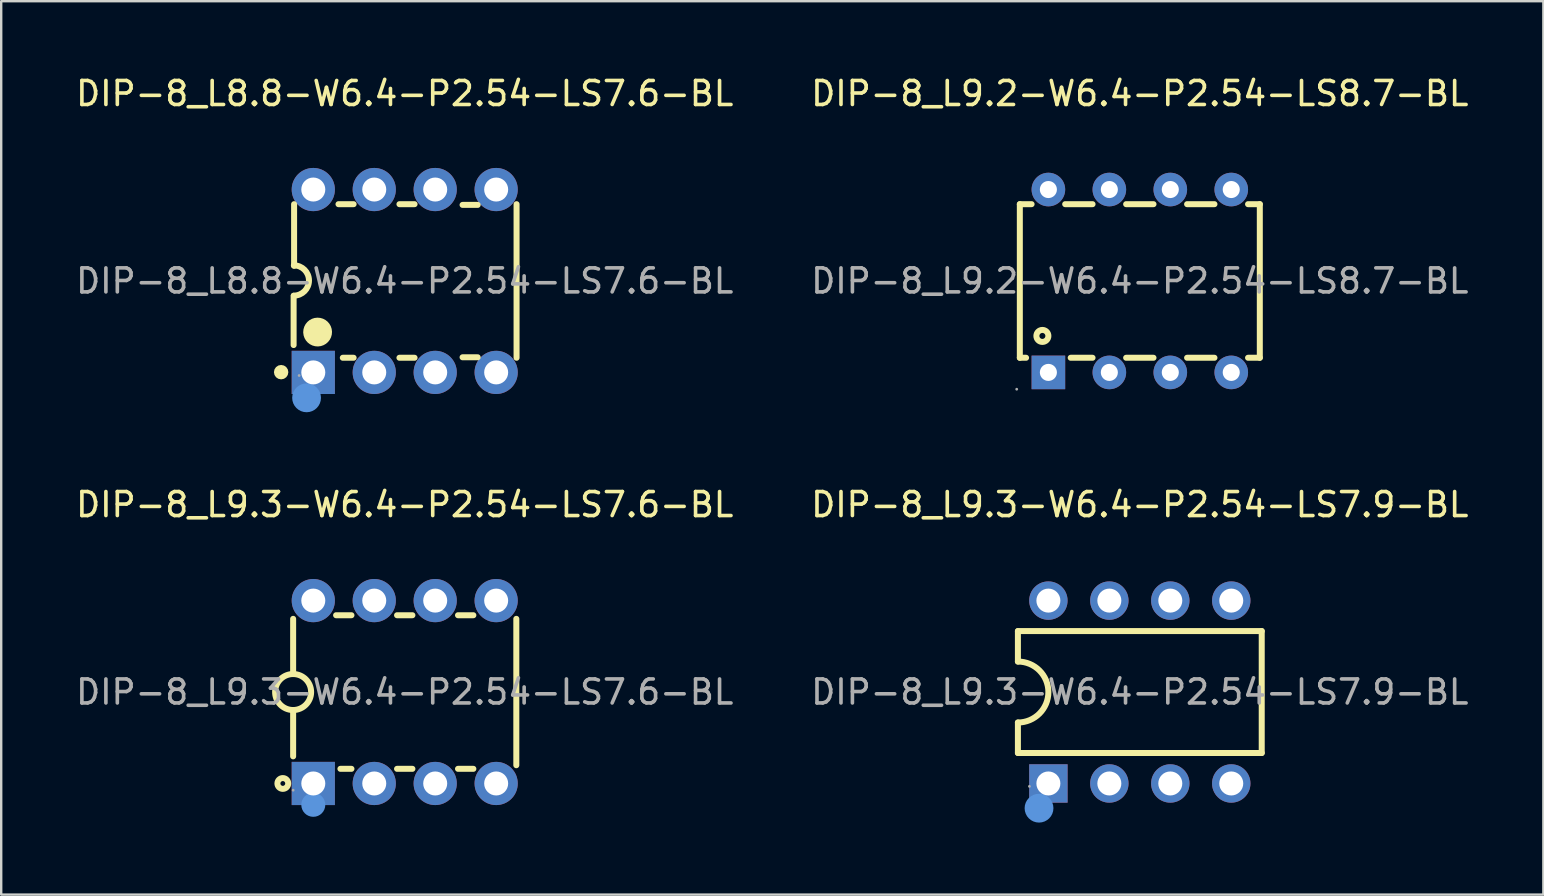
<source format=kicad_pcb>
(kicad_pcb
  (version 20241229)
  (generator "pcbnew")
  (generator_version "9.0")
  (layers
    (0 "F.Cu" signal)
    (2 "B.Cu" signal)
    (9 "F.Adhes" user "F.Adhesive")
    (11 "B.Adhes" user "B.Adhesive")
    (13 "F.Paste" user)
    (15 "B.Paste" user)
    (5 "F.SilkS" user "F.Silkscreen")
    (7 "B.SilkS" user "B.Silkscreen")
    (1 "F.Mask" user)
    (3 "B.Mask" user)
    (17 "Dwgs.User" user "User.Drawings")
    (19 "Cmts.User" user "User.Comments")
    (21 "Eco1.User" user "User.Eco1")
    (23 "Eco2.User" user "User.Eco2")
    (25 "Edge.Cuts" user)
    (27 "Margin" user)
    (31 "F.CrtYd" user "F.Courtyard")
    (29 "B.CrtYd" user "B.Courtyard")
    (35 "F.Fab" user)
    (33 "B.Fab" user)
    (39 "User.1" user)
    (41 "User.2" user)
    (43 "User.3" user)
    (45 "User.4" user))
  (footprint "DIP-8_L8.8-W6.4-P2.54-LS7.6-BL"
    (layer "F.Cu")
    (at 13.815 8.658)
    (property "Reference" "DIP-8_L8.8-W6.4-P2.54-LS7.6-BL" (at 0 -7.81 0) (layer "F.SilkS") (effects (font (size 1 1) (thickness 0.15))))
    (attr through_hole)
    (fp_line (start -4.63 2.67) (end -4.63 0.62) (stroke (width 0.25) (type solid)) (layer "F.SilkS"))
    (fp_line (start -4.61 -3.2) (end -4.61 -0.63) (stroke (width 0.25) (type solid)) (layer "F.SilkS"))
    (fp_line (start -2.76 -3.2) (end -2.13 -3.2) (stroke (width 0.25) (type solid)) (layer "F.SilkS"))
    (fp_line (start -2.13 3.2) (end -2.58 3.2) (stroke (width 0.25) (type solid)) (layer "F.SilkS"))
    (fp_line (start -0.22 -3.2) (end 0.41 -3.2) (stroke (width 0.25) (type solid)) (layer "F.SilkS"))
    (fp_line (start 0.41 3.2) (end -0.22 3.2) (stroke (width 0.25) (type solid)) (layer "F.SilkS"))
    (fp_line (start 2.41 -3.17) (end 3.04 -3.17) (stroke (width 0.25) (type solid)) (layer "F.SilkS"))
    (fp_line (start 2.41 3.18) (end 3.04 3.18) (stroke (width 0.25) (type solid)) (layer "F.SilkS"))
    (fp_line (start 4.66 -3.2) (end 4.66 3.2) (stroke (width 0.25) (type solid)) (layer "F.SilkS"))
    (fp_arc (start -5.15 3.8) (mid -5.15 3.8) (end -5.15 3.8) (stroke (width 0.3) (type solid)) (layer "F.SilkS"))
    (fp_arc (start -4.62 -0.65) (mid -3.99 -0.02) (end -4.62 0.61) (stroke (width 0.25) (type solid)) (layer "F.SilkS"))
    (fp_arc (start -3.93 2.13) (mid -3.330042 2.125) (end -3.929833 2.139999) (stroke (width 0.6) (type solid)) (layer "F.SilkS"))
    (fp_circle (center -4.09 4.87) (end -3.79 4.87) (stroke (width 0.6) (type solid)) (fill no) (layer "Cmts.User"))
    (fp_circle (center -4.4 3.94) (end -4.37 3.94) (stroke (width 0.06) (type solid)) (fill no) (layer "F.Fab"))
    (fp_text user "${REFERENCE}" (at 0 0 0) (layer "F.Fab") (effects (font (size 1 1) (thickness 0.15))))
    (pad "1" thru_hole rect (at -3.81 3.81 180) (size 1.8 1.8) (drill 1) (layers "*.Cu" "*.Paste" "*.Mask"))
    (pad "2" thru_hole circle (at -1.27 3.81 90) (size 1.8 1.8) (drill 1) (layers "*.Cu" "*.Paste" "*.Mask"))
    (pad "3" thru_hole circle (at 1.27 3.81 90) (size 1.8 1.8) (drill 1) (layers "*.Cu" "*.Paste" "*.Mask"))
    (pad "4" thru_hole circle (at 3.81 3.81 90) (size 1.8 1.8) (drill 1) (layers "*.Cu" "*.Paste" "*.Mask"))
    (pad "5" thru_hole circle (at 3.81 -3.81 90) (size 1.8 1.8) (drill 1) (layers "*.Cu" "*.Paste" "*.Mask"))
    (pad "6" thru_hole circle (at 1.27 -3.81 90) (size 1.8 1.8) (drill 1) (layers "*.Cu" "*.Paste" "*.Mask"))
    (pad "7" thru_hole circle (at -1.27 -3.81 90) (size 1.8 1.8) (drill 1) (layers "*.Cu" "*.Paste" "*.Mask"))
    (pad "8" thru_hole circle (at -3.81 -3.81 90) (size 1.8 1.8) (drill 1) (layers "*.Cu" "*.Paste" "*.Mask")))
  (footprint "DIP-8_L9.3-W6.4-P2.54-LS7.9-BL"
    (layer "F.Cu")
    (at 44.446 25.787)
    (property "Reference" "DIP-8_L9.3-W6.4-P2.54-LS7.9-BL" (at 0 -7.81 0) (layer "F.SilkS") (effects (font (size 1 1) (thickness 0.15))))
    (attr through_hole)
    (fp_line (start -5.08 -1.27) (end -5.08 -2.54) (stroke (width 0.25) (type solid)) (layer "F.SilkS"))
    (fp_line (start -5.08 2.54) (end -5.08 1.27) (stroke (width 0.25) (type solid)) (layer "F.SilkS"))
    (fp_line (start 5.08 -2.54) (end -5.08 -2.54) (stroke (width 0.25) (type solid)) (layer "F.SilkS"))
    (fp_line (start 5.08 2.54) (end -5.08 2.54) (stroke (width 0.25) (type solid)) (layer "F.SilkS"))
    (fp_line (start 5.08 2.54) (end 5.08 -2.54) (stroke (width 0.25) (type solid)) (layer "F.SilkS"))
    (fp_arc (start -5.08 -1.27) (mid -3.81 0) (end -5.08 1.27) (stroke (width 0.25) (type solid)) (layer "F.SilkS"))
    (fp_circle (center -4.2 4.84) (end -3.9 4.84) (stroke (width 0.6) (type solid)) (fill no) (layer "Cmts.User"))
    (fp_circle (center -4.6 3.93) (end -4.57 3.93) (stroke (width 0.06) (type solid)) (fill no) (layer "F.Fab"))
    (fp_text user "${REFERENCE}" (at 0 0 0) (layer "F.Fab") (effects (font (size 1 1) (thickness 0.15))))
    (pad "1" thru_hole rect (at -3.81 3.81) (size 1.6 1.6) (drill 1) (layers "*.Cu" "*.Paste" "*.Mask"))
    (pad "2" thru_hole circle (at -1.27 3.81) (size 1.6 1.6) (drill 1) (layers "*.Cu" "*.Paste" "*.Mask"))
    (pad "3" thru_hole circle (at 1.27 3.81) (size 1.6 1.6) (drill 1) (layers "*.Cu" "*.Paste" "*.Mask"))
    (pad "4" thru_hole circle (at 3.81 3.81) (size 1.6 1.6) (drill 1) (layers "*.Cu" "*.Paste" "*.Mask"))
    (pad "5" thru_hole circle (at 3.81 -3.81) (size 1.6 1.6) (drill 1) (layers "*.Cu" "*.Paste" "*.Mask"))
    (pad "6" thru_hole circle (at 1.27 -3.81) (size 1.6 1.6) (drill 1) (layers "*.Cu" "*.Paste" "*.Mask"))
    (pad "7" thru_hole circle (at -1.27 -3.81) (size 1.6 1.6) (drill 1) (layers "*.Cu" "*.Paste" "*.Mask"))
    (pad "8" thru_hole circle (at -3.81 -3.81) (size 1.6 1.6) (drill 1) (layers "*.Cu" "*.Paste" "*.Mask")))
  (footprint "DIP-8_L9.3-W6.4-P2.54-LS7.6-BL"
    (layer "F.Cu")
    (at 13.815 25.787)
    (property "Reference" "DIP-8_L9.3-W6.4-P2.54-LS7.6-BL" (at 0 -7.81 0) (layer "F.SilkS") (effects (font (size 1 1) (thickness 0.15))))
    (attr through_hole)
    (fp_line (start -4.65 -0.75) (end -4.65 -3.05) (stroke (width 0.25) (type solid)) (layer "F.SilkS"))
    (fp_line (start -4.65 0.75) (end -4.65 2.68) (stroke (width 0.25) (type solid)) (layer "F.SilkS"))
    (fp_line (start -2.22 -3.2) (end -2.86 -3.2) (stroke (width 0.25) (type solid)) (layer "F.SilkS"))
    (fp_line (start -2.22 3.2) (end -2.68 3.2) (stroke (width 0.25) (type solid)) (layer "F.SilkS"))
    (fp_line (start 0.32 -3.2) (end -0.32 -3.2) (stroke (width 0.25) (type solid)) (layer "F.SilkS"))
    (fp_line (start 0.32 3.2) (end -0.32 3.2) (stroke (width 0.25) (type solid)) (layer "F.SilkS"))
    (fp_line (start 2.86 -3.2) (end 2.22 -3.2) (stroke (width 0.25) (type solid)) (layer "F.SilkS"))
    (fp_line (start 2.86 3.2) (end 2.22 3.2) (stroke (width 0.25) (type solid)) (layer "F.SilkS"))
    (fp_line (start 4.65 -3.05) (end 4.65 3.05) (stroke (width 0.25) (type solid)) (layer "F.SilkS"))
    (fp_arc (start -4.663089 0.749886) (mid -4.643455 -0.749972) (end -4.65 0.75) (stroke (width 0.25) (type solid)) (layer "F.SilkS"))
    (fp_circle (center -5.08 3.81) (end -4.98 3.81) (stroke (width 0.25) (type solid)) (fill no) (layer "F.SilkS"))
    (fp_circle (center -3.81 4.7) (end -3.56 4.7) (stroke (width 0.5) (type solid)) (fill no) (layer "Cmts.User"))
    (fp_circle (center -4.65 4.09) (end -4.62 4.09) (stroke (width 0.06) (type solid)) (fill no) (layer "F.Fab"))
    (fp_circle (center -3.81 -3.81) (end -3.67 -3.81) (stroke (width 0.28) (type solid)) (fill no) (layer "F.Fab"))
    (fp_circle (center -3.81 3.81) (end -3.67 3.81) (stroke (width 0.28) (type solid)) (fill no) (layer "F.Fab"))
    (fp_circle (center -1.27 -3.81) (end -1.13 -3.81) (stroke (width 0.28) (type solid)) (fill no) (layer "F.Fab"))
    (fp_circle (center -1.27 3.81) (end -1.13 3.81) (stroke (width 0.28) (type solid)) (fill no) (layer "F.Fab"))
    (fp_circle (center 1.27 -3.81) (end 1.41 -3.81) (stroke (width 0.28) (type solid)) (fill no) (layer "F.Fab"))
    (fp_circle (center 1.27 3.81) (end 1.41 3.81) (stroke (width 0.28) (type solid)) (fill no) (layer "F.Fab"))
    (fp_circle (center 3.81 -3.81) (end 3.95 -3.81) (stroke (width 0.28) (type solid)) (fill no) (layer "F.Fab"))
    (fp_circle (center 3.81 3.81) (end 3.95 3.81) (stroke (width 0.28) (type solid)) (fill no) (layer "F.Fab"))
    (fp_text user "${REFERENCE}" (at 0 0 0) (layer "F.Fab") (effects (font (size 1 1) (thickness 0.15))))
    (pad "1" thru_hole rect (at -3.81 3.81) (size 1.8 1.8) (drill 1) (layers "*.Cu" "*.Paste" "*.Mask"))
    (pad "2" thru_hole circle (at -1.27 3.81) (size 1.8 1.8) (drill 1) (layers "*.Cu" "*.Paste" "*.Mask"))
    (pad "3" thru_hole circle (at 1.27 3.81) (size 1.8 1.8) (drill 1) (layers "*.Cu" "*.Paste" "*.Mask"))
    (pad "4" thru_hole circle (at 3.81 3.81) (size 1.8 1.8) (drill 1) (layers "*.Cu" "*.Paste" "*.Mask"))
    (pad "5" thru_hole circle (at 3.81 -3.81) (size 1.8 1.8) (drill 1) (layers "*.Cu" "*.Paste" "*.Mask"))
    (pad "6" thru_hole circle (at 1.27 -3.81) (size 1.8 1.8) (drill 1) (layers "*.Cu" "*.Paste" "*.Mask"))
    (pad "7" thru_hole circle (at -1.27 -3.81) (size 1.8 1.8) (drill 1) (layers "*.Cu" "*.Paste" "*.Mask"))
    (pad "8" thru_hole circle (at -3.81 -3.81) (size 1.8 1.8) (drill 1) (layers "*.Cu" "*.Paste" "*.Mask")))
  (footprint "DIP-8_L9.2-W6.4-P2.54-LS8.7-BL"
    (layer "F.Cu")
    (at 44.446 8.658)
    (property "Reference" "DIP-8_L9.2-W6.4-P2.54-LS8.7-BL" (at 0 -7.81 0) (layer "F.SilkS") (effects (font (size 1 1) (thickness 0.15))))
    (attr through_hole)
    (fp_line (start -5 -3.2) (end -5 3.2) (stroke (width 0.25) (type solid)) (layer "F.SilkS"))
    (fp_line (start -5 -3.2) (end -4.51 -3.2) (stroke (width 0.25) (type solid)) (layer "F.SilkS"))
    (fp_line (start -5 3.2) (end -4.74 3.2) (stroke (width 0.25) (type solid)) (layer "F.SilkS"))
    (fp_line (start -3.11 -3.2) (end -1.97 -3.2) (stroke (width 0.25) (type solid)) (layer "F.SilkS"))
    (fp_line (start -2.88 3.2) (end -1.97 3.2) (stroke (width 0.25) (type solid)) (layer "F.SilkS"))
    (fp_line (start -0.57 -3.2) (end 0.57 -3.2) (stroke (width 0.25) (type solid)) (layer "F.SilkS"))
    (fp_line (start -0.57 3.2) (end 0.57 3.2) (stroke (width 0.25) (type solid)) (layer "F.SilkS"))
    (fp_line (start 1.97 -3.2) (end 3.11 -3.2) (stroke (width 0.25) (type solid)) (layer "F.SilkS"))
    (fp_line (start 1.97 3.2) (end 3.11 3.2) (stroke (width 0.25) (type solid)) (layer "F.SilkS"))
    (fp_line (start 4.51 -3.2) (end 5 -3.2) (stroke (width 0.25) (type solid)) (layer "F.SilkS"))
    (fp_line (start 4.51 3.2) (end 5 3.2) (stroke (width 0.25) (type solid)) (layer "F.SilkS"))
    (fp_line (start 5 -3.2) (end 5 3.2) (stroke (width 0.25) (type solid)) (layer "F.SilkS"))
    (fp_circle (center -4.06 2.29) (end -3.81 2.29) (stroke (width 0.25) (type solid)) (fill no) (layer "F.SilkS"))
    (fp_circle (center -5.13 4.51) (end -5.1 4.51) (stroke (width 0.06) (type solid)) (fill no) (layer "F.Fab"))
    (fp_circle (center -3.81 -3.81) (end -3.68 -3.81) (stroke (width 0.26) (type solid)) (fill no) (layer "F.Fab"))
    (fp_circle (center -3.81 3.81) (end -3.68 3.81) (stroke (width 0.26) (type solid)) (fill no) (layer "F.Fab"))
    (fp_circle (center -1.27 -3.81) (end -1.14 -3.81) (stroke (width 0.26) (type solid)) (fill no) (layer "F.Fab"))
    (fp_circle (center -1.27 3.81) (end -1.14 3.81) (stroke (width 0.26) (type solid)) (fill no) (layer "F.Fab"))
    (fp_circle (center 1.27 -3.81) (end 1.4 -3.81) (stroke (width 0.26) (type solid)) (fill no) (layer "F.Fab"))
    (fp_circle (center 1.27 3.81) (end 1.4 3.81) (stroke (width 0.26) (type solid)) (fill no) (layer "F.Fab"))
    (fp_circle (center 3.81 -3.81) (end 3.94 -3.81) (stroke (width 0.26) (type solid)) (fill no) (layer "F.Fab"))
    (fp_circle (center 3.81 3.81) (end 3.94 3.81) (stroke (width 0.26) (type solid)) (fill no) (layer "F.Fab"))
    (fp_text user "${REFERENCE}" (at 0 0 0) (layer "F.Fab") (effects (font (size 1 1) (thickness 0.15))))
    (pad "1" thru_hole rect (at -3.81 3.81) (size 1.4 1.4) (drill 0.711) (layers "*.Cu" "*.Paste" "*.Mask"))
    (pad "2" thru_hole circle (at -1.27 3.81) (size 1.4 1.4) (drill 0.711) (layers "*.Cu" "*.Paste" "*.Mask"))
    (pad "3" thru_hole circle (at 1.27 3.81) (size 1.4 1.4) (drill 0.711) (layers "*.Cu" "*.Paste" "*.Mask"))
    (pad "4" thru_hole circle (at 3.81 3.81) (size 1.4 1.4) (drill 0.711) (layers "*.Cu" "*.Paste" "*.Mask"))
    (pad "5" thru_hole circle (at 3.81 -3.81) (size 1.4 1.4) (drill 0.711) (layers "*.Cu" "*.Paste" "*.Mask"))
    (pad "6" thru_hole circle (at 1.27 -3.81) (size 1.4 1.4) (drill 0.711) (layers "*.Cu" "*.Paste" "*.Mask"))
    (pad "7" thru_hole circle (at -1.27 -3.81) (size 1.4 1.4) (drill 0.711) (layers "*.Cu" "*.Paste" "*.Mask"))
    (pad "8" thru_hole circle (at -3.81 -3.81) (size 1.4 1.4) (drill 0.711) (layers "*.Cu" "*.Paste" "*.Mask")))
  (gr_rect
    (start -3 -3)
    (end 61.262 34.227)
    (stroke (width 0.1) (type default))
    (fill no)
    (layer "Edge.Cuts")))
</source>
